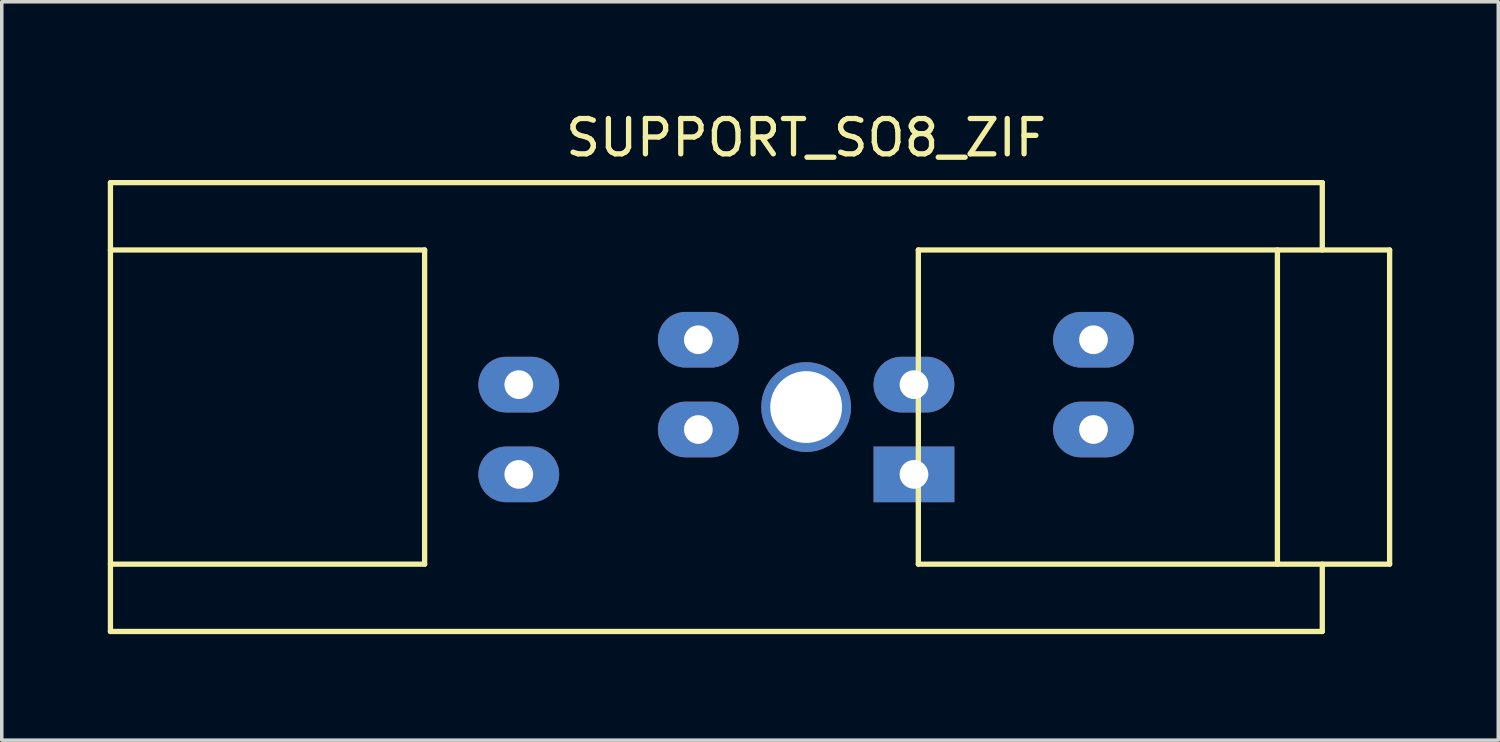
<source format=kicad_pcb>
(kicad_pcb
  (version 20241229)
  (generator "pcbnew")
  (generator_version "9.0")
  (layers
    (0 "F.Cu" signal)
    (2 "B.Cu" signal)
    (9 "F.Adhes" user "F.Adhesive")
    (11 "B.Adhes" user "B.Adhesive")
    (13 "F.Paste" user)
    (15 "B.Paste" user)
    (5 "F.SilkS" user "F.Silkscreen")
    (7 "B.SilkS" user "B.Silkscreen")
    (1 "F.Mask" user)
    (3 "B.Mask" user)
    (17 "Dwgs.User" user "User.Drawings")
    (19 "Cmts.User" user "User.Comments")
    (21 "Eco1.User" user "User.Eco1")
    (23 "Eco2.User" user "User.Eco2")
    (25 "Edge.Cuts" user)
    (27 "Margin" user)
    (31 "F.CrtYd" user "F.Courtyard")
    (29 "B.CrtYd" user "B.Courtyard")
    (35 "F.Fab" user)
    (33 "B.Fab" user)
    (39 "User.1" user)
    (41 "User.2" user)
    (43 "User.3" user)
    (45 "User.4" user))
  (footprint "SUPPORT_SO8_ZIF"
    (layer "F.Cu")
    (at 19.76 8.468)
    (property "Reference" "SUPPORT_SO8_ZIF" (at 0 -7.62 0) (layer "F.SilkS") (effects (font (size 1 1) (thickness 0.15))))
    (attr through_hole)
    (fp_line (start -19.685 -6.35) (end -19.685 6.35) (stroke (width 0.15) (type solid)) (layer "F.SilkS"))
    (fp_line (start -19.685 -6.35) (end 14.605 -6.35) (stroke (width 0.15) (type solid)) (layer "F.SilkS"))
    (fp_line (start -19.685 4.445) (end -10.795 4.445) (stroke (width 0.15) (type solid)) (layer "F.SilkS"))
    (fp_line (start -10.795 -4.445) (end -19.685 -4.445) (stroke (width 0.15) (type solid)) (layer "F.SilkS"))
    (fp_line (start -10.795 4.445) (end -10.795 -4.445) (stroke (width 0.15) (type solid)) (layer "F.SilkS"))
    (fp_line (start 3.175 -4.445) (end 3.175 4.445) (stroke (width 0.15) (type solid)) (layer "F.SilkS"))
    (fp_line (start 3.175 4.445) (end 16.51 4.445) (stroke (width 0.15) (type solid)) (layer "F.SilkS"))
    (fp_line (start 13.335 4.445) (end 13.335 -4.445) (stroke (width 0.15) (type solid)) (layer "F.SilkS"))
    (fp_line (start 14.605 -6.35) (end 14.605 -4.445) (stroke (width 0.15) (type solid)) (layer "F.SilkS"))
    (fp_line (start 14.605 6.35) (end -19.685 6.35) (stroke (width 0.15) (type solid)) (layer "F.SilkS"))
    (fp_line (start 14.605 6.35) (end 14.605 4.445) (stroke (width 0.15) (type solid)) (layer "F.SilkS"))
    (fp_line (start 16.51 -4.445) (end 3.175 -4.445) (stroke (width 0.15) (type solid)) (layer "F.SilkS"))
    (fp_line (start 16.51 4.445) (end 16.51 -4.445) (stroke (width 0.15) (type solid)) (layer "F.SilkS"))
    (pad "" thru_hole circle (at 0 0) (size 2.54 2.54) (drill 2.032) (layers "*.Cu"))
    (pad "1" thru_hole oval (at -3.051 -1.905) (size 2.286 1.575) (drill 0.813) (layers "*.Cu" "*.Mask"))
    (pad "2" thru_hole oval (at -8.131 -0.635) (size 2.286 1.575) (drill 0.813) (layers "*.Cu" "*.Mask"))
    (pad "3" thru_hole oval (at -3.051 0.635) (size 2.286 1.575) (drill 0.813) (layers "*.Cu" "*.Mask"))
    (pad "4" thru_hole oval (at -8.131 1.905) (size 2.286 1.575) (drill 0.813) (layers "*.Cu" "*.Mask"))
    (pad "5" thru_hole rect (at 3.051 1.905) (size 2.286 1.575) (drill 0.813) (layers "*.Cu" "*.Mask"))
    (pad "6" thru_hole oval (at 8.131 0.635) (size 2.286 1.575) (drill 0.813) (layers "*.Cu" "*.Mask"))
    (pad "7" thru_hole oval (at 3.051 -0.635) (size 2.286 1.575) (drill 0.813) (layers "*.Cu" "*.Mask"))
    (pad "8" thru_hole oval (at 8.131 -1.905) (size 2.286 1.575) (drill 0.813) (layers "*.Cu" "*.Mask")))
  (gr_rect
    (start -3 -3)
    (end 39.345 17.893)
    (stroke (width 0.1) (type default))
    (fill no)
    (layer "Edge.Cuts")))
</source>
